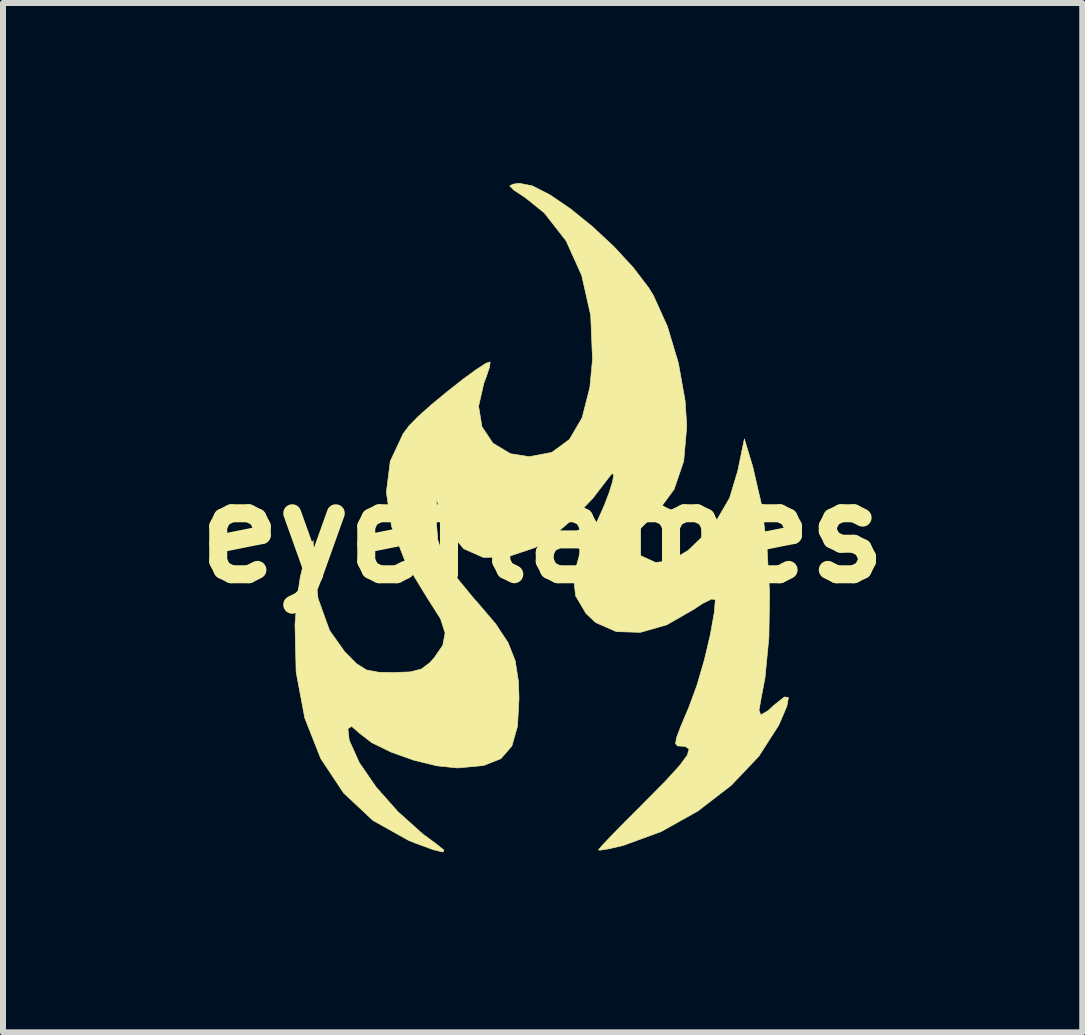
<source format=kicad_pcb>
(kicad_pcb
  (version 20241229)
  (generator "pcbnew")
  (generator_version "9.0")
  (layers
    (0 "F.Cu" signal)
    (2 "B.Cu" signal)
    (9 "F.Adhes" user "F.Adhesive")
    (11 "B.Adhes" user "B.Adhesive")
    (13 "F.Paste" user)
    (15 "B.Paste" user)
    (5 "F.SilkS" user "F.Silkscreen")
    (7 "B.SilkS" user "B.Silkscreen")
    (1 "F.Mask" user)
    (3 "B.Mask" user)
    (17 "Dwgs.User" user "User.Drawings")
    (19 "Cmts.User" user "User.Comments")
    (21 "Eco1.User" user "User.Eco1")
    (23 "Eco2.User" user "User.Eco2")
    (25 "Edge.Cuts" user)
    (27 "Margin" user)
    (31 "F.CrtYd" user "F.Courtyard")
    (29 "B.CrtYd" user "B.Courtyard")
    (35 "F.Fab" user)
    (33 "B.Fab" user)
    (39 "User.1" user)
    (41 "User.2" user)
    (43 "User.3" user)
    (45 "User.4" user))
  (footprint "eyeflames"
    (layer "F.Cu")
    (at 5.994 5.832)
    (property "Reference" "eyeflames" (at 0 0 0) (layer "F.SilkS") (effects (font (size 1.524 1.524) (thickness 0.3))))
    (attr through_hole)
    (fp_poly (pts (xy -0.173 -5.785) (xy 0.123 -5.634) (xy 0.468 -5.399) (xy 0.833 -5.103) (xy 1.191 -4.769) (xy 1.512 -4.421) (xy 1.769 -4.084) (xy 1.847 -3.957) (xy 2.08 -3.441) (xy 2.263 -2.832) (xy 2.375 -2.205) (xy 2.403 -1.778) (xy 2.352 -1.196) (xy 2.192 -0.726) (xy 1.912 -0.346) (xy 1.798 -0.242) (xy 1.569 -0.01) (xy 1.495 0.175) (xy 1.572 0.331) (xy 1.631 0.379) (xy 1.883 0.493) (xy 2.136 0.465) (xy 2.424 0.294) (xy 2.841 -0.107) (xy 3.117 -0.581) (xy 3.252 -1.029) (xy 3.363 -1.566) (xy 3.502 -1.106) (xy 3.646 -0.483) (xy 3.74 0.237) (xy 3.783 0.998) (xy 3.772 1.744) (xy 3.707 2.418) (xy 3.647 2.731) (xy 3.607 2.957) (xy 3.637 3.034) (xy 3.752 2.968) (xy 3.868 2.864) (xy 4.03 2.735) (xy 4.098 2.744) (xy 4.071 2.89) (xy 3.949 3.177) (xy 3.931 3.214) (xy 3.604 3.724) (xy 3.144 4.208) (xy 2.589 4.636) (xy 1.974 4.98) (xy 1.345 5.21) (xy 1.11 5.265) (xy 0.96 5.289) (xy 0.931 5.285) (xy 0.988 5.216) (xy 1.143 5.052) (xy 1.373 4.817) (xy 1.656 4.534) (xy 1.693 4.496) (xy 2.048 4.138) (xy 2.285 3.878) (xy 2.413 3.704) (xy 2.441 3.602) (xy 2.378 3.56) (xy 2.328 3.556) (xy 2.25 3.551) (xy 2.216 3.514) (xy 2.232 3.416) (xy 2.304 3.224) (xy 2.437 2.909) (xy 2.443 2.894) (xy 2.574 2.537) (xy 2.697 2.116) (xy 2.798 1.689) (xy 2.863 1.318) (xy 2.879 1.114) (xy 2.819 1.102) (xy 2.664 1.178) (xy 2.527 1.27) (xy 2.071 1.532) (xy 1.631 1.658) (xy 1.229 1.646) (xy 0.887 1.496) (xy 0.725 1.345) (xy 0.55 1.049) (xy 0.515 0.724) (xy 0.621 0.347) (xy 0.797 0.013) (xy 0.915 -0.205) (xy 1.022 -0.443) (xy 1.109 -0.669) (xy 1.167 -0.856) (xy 1.186 -0.972) (xy 1.156 -0.989) (xy 1.081 -0.894) (xy 0.835 -0.574) (xy 0.523 -0.248) (xy 0.195 0.036) (xy -0.098 0.231) (xy -0.131 0.247) (xy -0.593 0.402) (xy -0.99 0.408) (xy -1.314 0.265) (xy -1.557 -0.022) (xy -1.643 -0.212) (xy -1.766 -0.55) (xy -1.772 -0.186) (xy -1.747 0.118) (xy -1.649 0.405) (xy -1.459 0.713) (xy -1.157 1.081) (xy -1.101 1.143) (xy -0.784 1.515) (xy -0.576 1.829) (xy -0.456 2.133) (xy -0.403 2.475) (xy -0.393 2.752) (xy -0.418 3.222) (xy -0.512 3.552) (xy -0.695 3.764) (xy -0.985 3.878) (xy -1.402 3.917) (xy -1.431 3.917) (xy -1.764 3.883) (xy -2.147 3.789) (xy -2.525 3.654) (xy -2.845 3.498) (xy -3.052 3.339) (xy -3.057 3.333) (xy -3.184 3.224) (xy -3.245 3.265) (xy -3.225 3.443) (xy -3.219 3.467) (xy -3.054 3.832) (xy -2.774 4.239) (xy -2.412 4.647) (xy -1.999 5.018) (xy -1.777 5.181) (xy -1.645 5.287) (xy -1.66 5.32) (xy -1.818 5.282) (xy -2.114 5.174) (xy -2.237 5.124) (xy -2.828 4.793) (xy -3.317 4.335) (xy -3.698 3.761) (xy -3.964 3.086) (xy -4.108 2.321) (xy -4.127 1.524) (xy -4.093 1.11) (xy -4.04 0.742) (xy -3.975 0.473) (xy -3.955 0.423) (xy -3.824 0.127) (xy -3.817 0.44) (xy -3.743 1.093) (xy -3.551 1.626) (xy -3.298 1.983) (xy -3.099 2.182) (xy -2.935 2.285) (xy -2.732 2.323) (xy -2.496 2.328) (xy -2.206 2.317) (xy -2.021 2.27) (xy -1.88 2.164) (xy -1.813 2.091) (xy -1.663 1.873) (xy -1.625 1.668) (xy -1.701 1.432) (xy -1.897 1.123) (xy -1.905 1.112) (xy -2.285 0.489) (xy -2.518 -0.111) (xy -2.604 -0.676) (xy -2.539 -1.194) (xy -2.323 -1.655) (xy -2.222 -1.788) (xy -2.076 -1.938) (xy -1.858 -2.132) (xy -1.602 -2.344) (xy -1.343 -2.548) (xy -1.112 -2.718) (xy -0.944 -2.827) (xy -0.874 -2.85) (xy -0.885 -2.761) (xy -0.948 -2.575) (xy -0.979 -2.497) (xy -1.067 -2.112) (xy -1.011 -1.769) (xy -0.828 -1.495) (xy -0.536 -1.32) (xy -0.225 -1.27) (xy 0.153 -1.341) (xy 0.447 -1.557) (xy 0.658 -1.917) (xy 0.788 -2.425) (xy 0.832 -2.892) (xy 0.802 -3.626) (xy 0.652 -4.291) (xy 0.393 -4.866) (xy 0.03 -5.332) (xy -0.288 -5.588) (xy -0.483 -5.717) (xy -0.548 -5.783) (xy -0.495 -5.812) (xy -0.391 -5.827) (xy -0.173 -5.785)) (stroke (width 0.01) (type solid)) (fill yes) (layer "F.SilkS")))
  (gr_rect
    (start -3 -3)
    (end 14.989 14.157)
    (stroke (width 0.1) (type default))
    (fill no)
    (layer "Edge.Cuts")))
</source>
